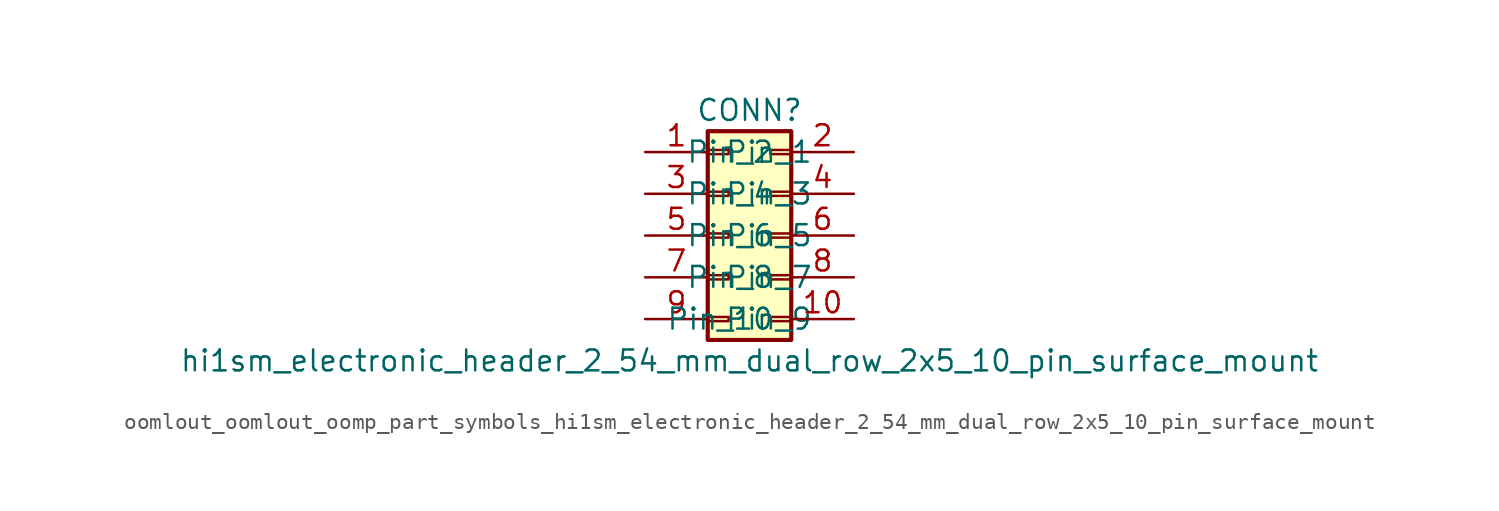
<source format=kicad_sym>
(kicad_symbol_lib
  (version 20220914)
  (generator kicad_symbol_editor)
  (symbol "oomlout_oomlout_oomp_part_symbols_hi1sm_electronic_header_2_54_mm_dual_row_2x5_10_pin_surface_mount"
    (pin_names
      (offset 1.016))
    (property "Reference" "CONN"
      (at 1.27 7.62 0)
      (effects (font (size 1.27 1.27))))
    (property "Value" "hi1sm_electronic_header_2_54_mm_dual_row_2x5_10_pin_surface_mount"
      (at 1.27 -7.62 0)
      (effects (font (size 1.27 1.27))))
    (symbol "oomlout_oomlout_oomp_part_symbols_hi1sm_electronic_header_2_54_mm_dual_row_2x5_10_pin_surface_mount_1_1"
      (rectangle (start -1.27 -4.953) (end 0 -5.207) (stroke (width 0.152) (type default)) (fill (type none)))
      (rectangle (start -1.27 -2.413) (end 0 -2.667) (stroke (width 0.152) (type default)) (fill (type none)))
      (rectangle (start -1.27 0.127) (end 0 -0.127) (stroke (width 0.152) (type default)) (fill (type none)))
      (rectangle (start -1.27 2.667) (end 0 2.413) (stroke (width 0.152) (type default)) (fill (type none)))
      (rectangle (start -1.27 5.207) (end 0 4.953) (stroke (width 0.152) (type default)) (fill (type none)))
      (rectangle (start -1.27 6.35) (end 3.81 -6.35) (stroke (width 0.254) (type default)) (fill (type background)))
      (rectangle (start 3.81 -4.953) (end 2.54 -5.207) (stroke (width 0.152) (type default)) (fill (type none)))
      (rectangle (start 3.81 -2.413) (end 2.54 -2.667) (stroke (width 0.152) (type default)) (fill (type none)))
      (rectangle (start 3.81 0.127) (end 2.54 -0.127) (stroke (width 0.152) (type default)) (fill (type none)))
      (rectangle (start 3.81 2.667) (end 2.54 2.413) (stroke (width 0.152) (type default)) (fill (type none)))
      (rectangle (start 3.81 5.207) (end 2.54 4.953) (stroke (width 0.152) (type default)) (fill (type none)))
      (pin passive line (at -5.08 5.08 0) (length 3.81) (name "Pin_1" (effects (font (size 1.27 1.27)))) (number "1" (effects (font (size 1.27 1.27)))))
      (pin passive line (at 7.62 -5.08 180) (length 3.81) (name "Pin_10" (effects (font (size 1.27 1.27)))) (number "10" (effects (font (size 1.27 1.27)))))
      (pin passive line (at 7.62 5.08 180) (length 3.81) (name "Pin_2" (effects (font (size 1.27 1.27)))) (number "2" (effects (font (size 1.27 1.27)))))
      (pin passive line (at -5.08 2.54 0) (length 3.81) (name "Pin_3" (effects (font (size 1.27 1.27)))) (number "3" (effects (font (size 1.27 1.27)))))
      (pin passive line (at 7.62 2.54 180) (length 3.81) (name "Pin_4" (effects (font (size 1.27 1.27)))) (number "4" (effects (font (size 1.27 1.27)))))
      (pin passive line (at -5.08 0 0) (length 3.81) (name "Pin_5" (effects (font (size 1.27 1.27)))) (number "5" (effects (font (size 1.27 1.27)))))
      (pin passive line (at 7.62 0 180) (length 3.81) (name "Pin_6" (effects (font (size 1.27 1.27)))) (number "6" (effects (font (size 1.27 1.27)))))
      (pin passive line (at -5.08 -2.54 0) (length 3.81) (name "Pin_7" (effects (font (size 1.27 1.27)))) (number "7" (effects (font (size 1.27 1.27)))))
      (pin passive line (at 7.62 -2.54 180) (length 3.81) (name "Pin_8" (effects (font (size 1.27 1.27)))) (number "8" (effects (font (size 1.27 1.27)))))
      (pin passive line (at -5.08 -5.08 0) (length 3.81) (name "Pin_9" (effects (font (size 1.27 1.27)))) (number "9" (effects (font (size 1.27 1.27))))))))
</source>
